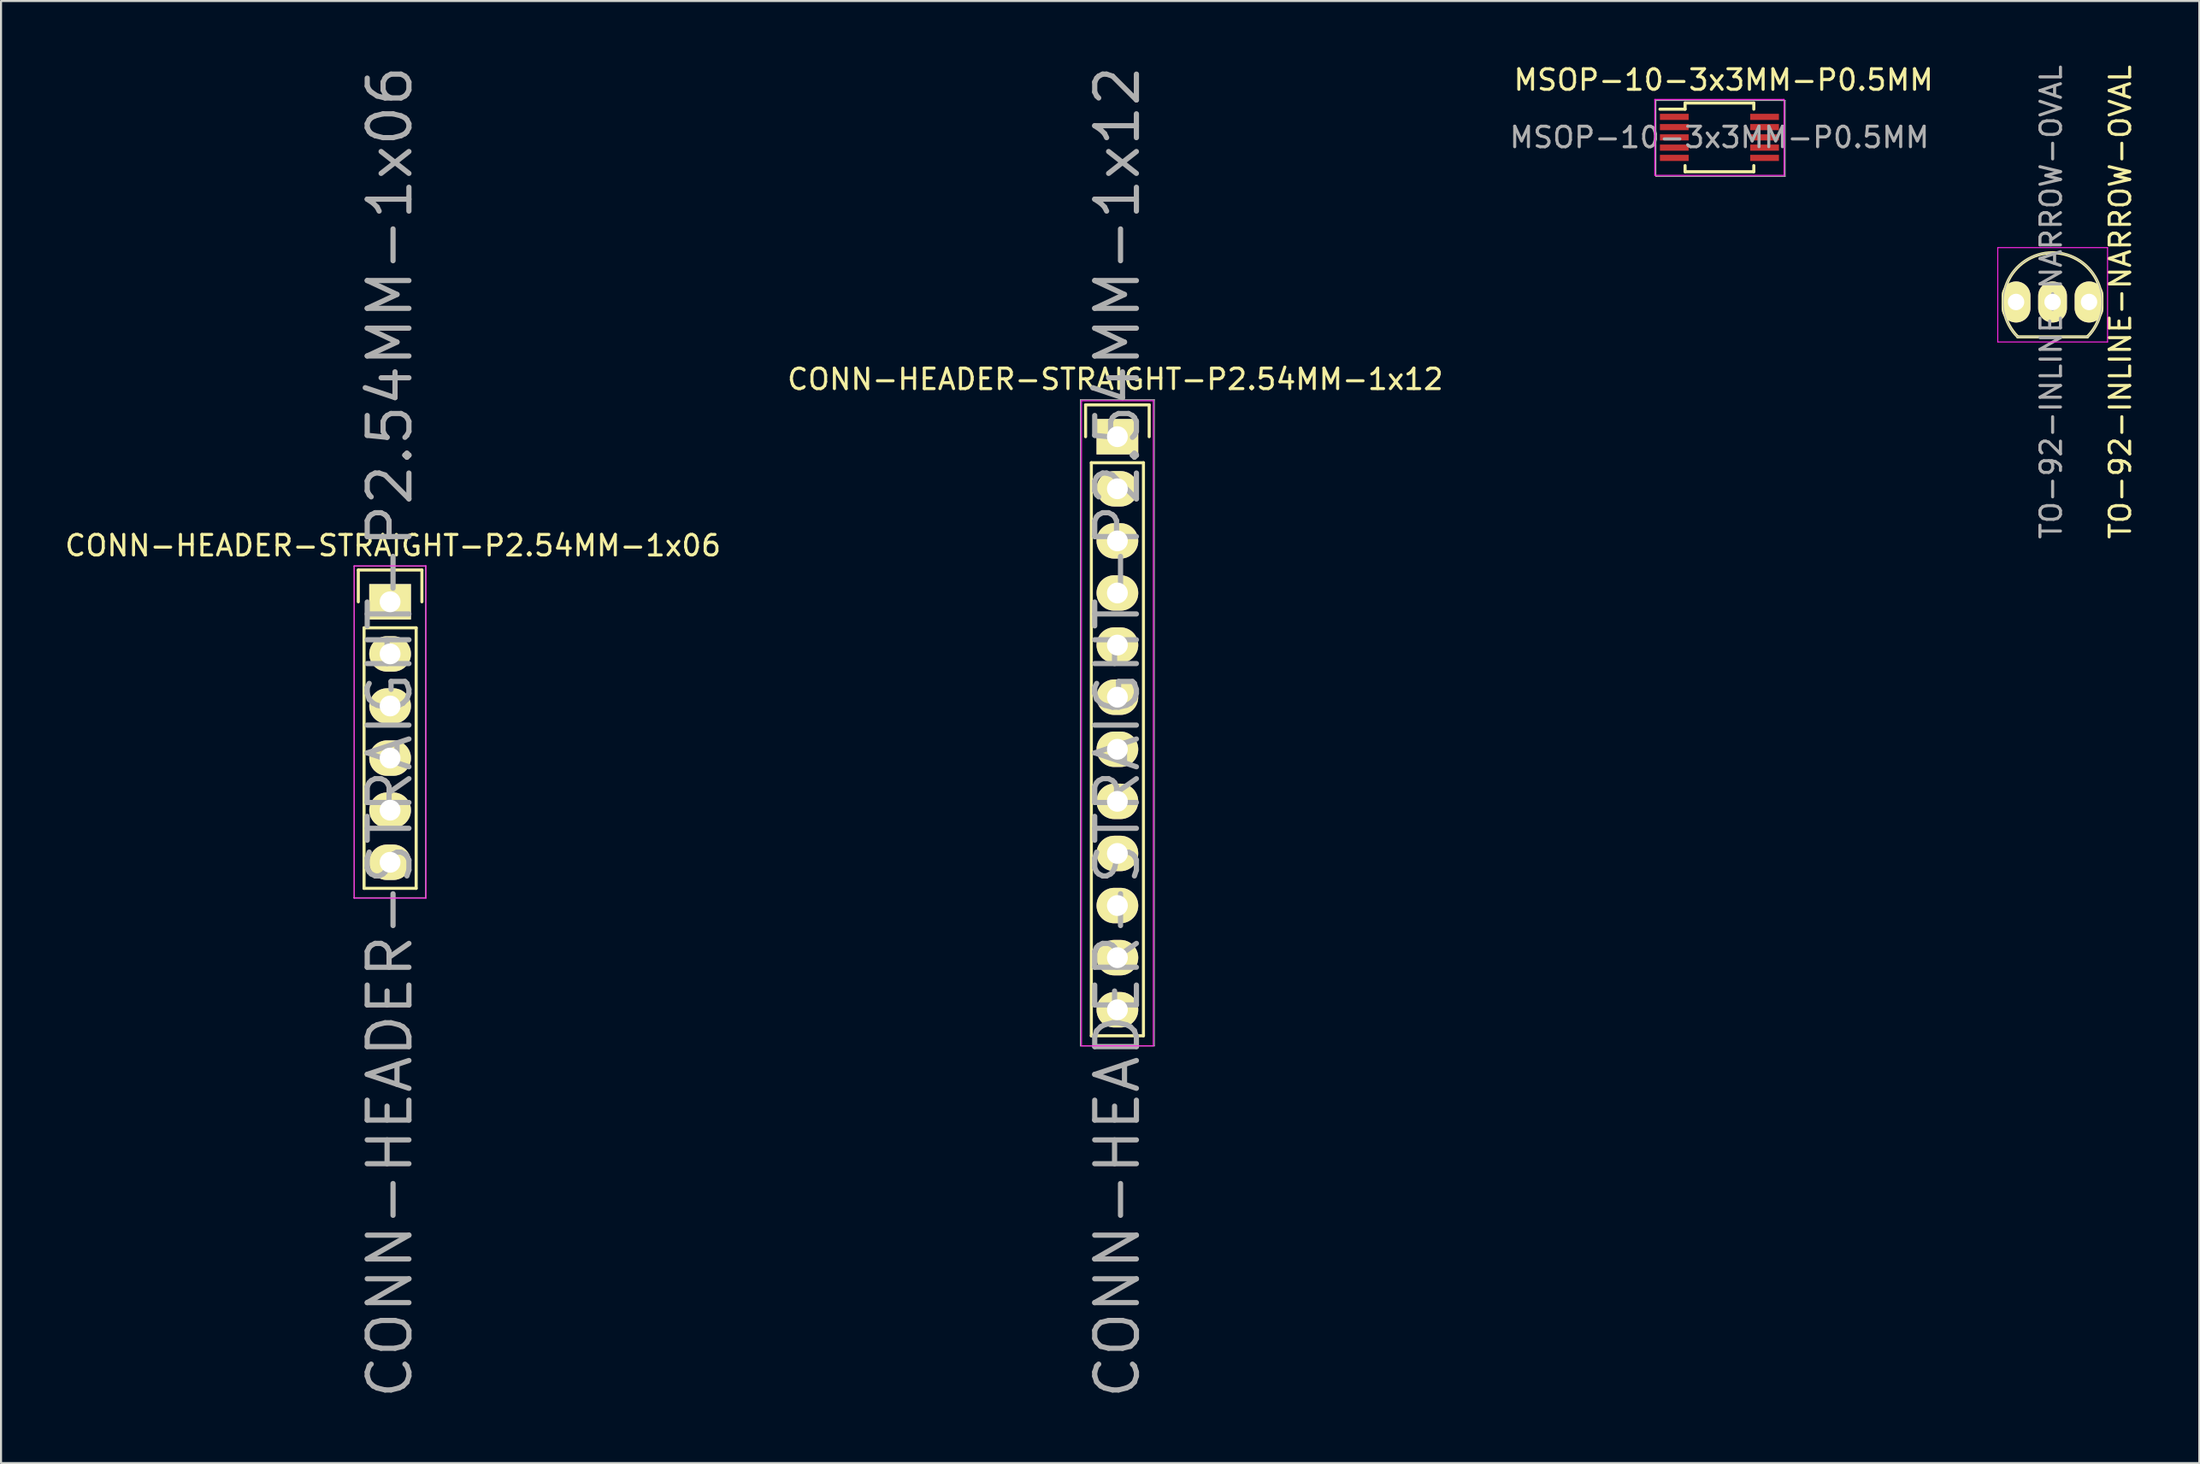
<source format=kicad_pcb>
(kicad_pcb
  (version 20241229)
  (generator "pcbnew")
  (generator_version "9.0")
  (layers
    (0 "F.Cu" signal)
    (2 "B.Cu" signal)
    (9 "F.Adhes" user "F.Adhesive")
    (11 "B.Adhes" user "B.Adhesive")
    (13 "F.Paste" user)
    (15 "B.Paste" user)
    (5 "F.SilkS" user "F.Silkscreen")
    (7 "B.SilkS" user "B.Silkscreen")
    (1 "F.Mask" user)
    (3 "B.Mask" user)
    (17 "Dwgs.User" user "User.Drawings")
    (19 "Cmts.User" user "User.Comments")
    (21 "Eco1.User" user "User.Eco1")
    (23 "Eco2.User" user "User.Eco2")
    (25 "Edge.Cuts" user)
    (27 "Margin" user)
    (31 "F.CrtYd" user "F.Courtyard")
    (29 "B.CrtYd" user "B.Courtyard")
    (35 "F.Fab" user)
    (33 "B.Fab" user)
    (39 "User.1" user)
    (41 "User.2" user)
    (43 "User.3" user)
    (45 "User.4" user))
  (footprint "TO-92-INLINE-NARROW-OVAL"
    (layer "F.Cu")
    (at 95.708 11.673)
    (property "Reference" "TO-92-INLINE-NARROW-OVAL" (at 1.2 0 90) (layer "F.Fab") (effects (font (size 1 1) (thickness 0.15))))
    (attr through_hole)
    (fp_line (start -0.43 1.7) (end 2.97 1.7) (stroke (width 0.15) (type solid)) (layer "F.SilkS"))
    (fp_arc (start -0.427056 1.697056) (mid -0.947311 -0.91844) (end 1.27 -2.4) (stroke (width 0.15) (type solid)) (layer "F.SilkS"))
    (fp_arc (start 1.27 -2.4) (mid 3.487311 -0.91844) (end 2.967056 1.697056) (stroke (width 0.15) (type solid)) (layer "F.SilkS"))
    (fp_line (start -1.4 -2.65) (end 3.95 -2.65) (stroke (width 0.05) (type solid)) (layer "F.CrtYd"))
    (fp_line (start -1.4 1.95) (end -1.4 -2.65) (stroke (width 0.05) (type solid)) (layer "F.CrtYd"))
    (fp_line (start -1.4 1.95) (end 3.95 1.95) (stroke (width 0.05) (type solid)) (layer "F.CrtYd"))
    (fp_line (start 3.95 1.95) (end 3.95 -2.65) (stroke (width 0.05) (type solid)) (layer "F.CrtYd"))
    (fp_line (start -0.432 1.702) (end 2.946 1.702) (stroke (width 0.041) (type solid)) (layer "F.Fab"))
    (fp_arc (start -0.4318 1.7018) (mid 1.278783 -2.406693) (end 2.959333 1.714176) (stroke (width 0.04064) (type solid)) (layer "F.Fab"))
    (fp_text user "${REFERENCE}" (at 4.572 0 90) (layer "F.SilkS") (effects (font (size 1 1) (thickness 0.15))))
    (pad "1" thru_hole oval (at -0.508 0 180) (size 1.4 2) (drill 0.8) (layers "*.Cu" "*.Mask" "F.SilkS"))
    (pad "2" thru_hole oval (at 1.27 0 180) (size 1.4 2) (drill 0.8) (layers "*.Cu" "*.Mask" "F.SilkS"))
    (pad "3" thru_hole oval (at 3.048 0 180) (size 1.4 2) (drill 0.8) (layers "*.Cu" "*.Mask" "F.SilkS")))
  (footprint "CONN-HEADER-STRAIGHT-P2.54MM-1x12"
    (layer "F.Cu")
    (at 51.404 18.241)
    (property "Reference" "CONN-HEADER-STRAIGHT-P2.54MM-1x12" (at 0 14.4 90) (layer "F.Fab") (effects (font (size 2.032 2.032) (thickness 0.254))))
    (attr through_hole)
    (fp_line (start -1.55 -1.55) (end 1.55 -1.55) (stroke (width 0.15) (type solid)) (layer "F.SilkS"))
    (fp_line (start -1.55 0) (end -1.55 -1.55) (stroke (width 0.15) (type solid)) (layer "F.SilkS"))
    (fp_line (start -1.27 29.21) (end -1.27 1.27) (stroke (width 0.15) (type solid)) (layer "F.SilkS"))
    (fp_line (start 1.27 1.27) (end -1.27 1.27) (stroke (width 0.15) (type solid)) (layer "F.SilkS"))
    (fp_line (start 1.27 1.27) (end 1.27 29.21) (stroke (width 0.15) (type solid)) (layer "F.SilkS"))
    (fp_line (start 1.27 29.21) (end -1.27 29.21) (stroke (width 0.15) (type solid)) (layer "F.SilkS"))
    (fp_line (start 1.55 -1.55) (end 1.55 0) (stroke (width 0.15) (type solid)) (layer "F.SilkS"))
    (fp_line (start -1.75 -1.75) (end -1.75 29.7) (stroke (width 0.05) (type solid)) (layer "F.CrtYd"))
    (fp_line (start -1.75 -1.75) (end 1.75 -1.75) (stroke (width 0.05) (type solid)) (layer "F.CrtYd"))
    (fp_line (start -1.75 29.7) (end 1.75 29.7) (stroke (width 0.05) (type solid)) (layer "F.CrtYd"))
    (fp_line (start 1.75 -1.75) (end 1.75 29.7) (stroke (width 0.05) (type solid)) (layer "F.CrtYd"))
    (fp_line (start -1.8 -1.8) (end 1.8 -1.8) (stroke (width 0.051) (type solid)) (layer "F.Fab"))
    (fp_line (start -1.8 29.7) (end -1.8 -1.8) (stroke (width 0.051) (type solid)) (layer "F.Fab"))
    (fp_line (start 1.8 -1.8) (end 1.8 29.7) (stroke (width 0.051) (type solid)) (layer "F.Fab"))
    (fp_line (start 1.8 29.7) (end -1.8 29.7) (stroke (width 0.051) (type solid)) (layer "F.Fab"))
    (fp_text user "${REFERENCE}" (at -0.1 -2.8 0) (layer "F.SilkS") (effects (font (size 1 1) (thickness 0.15))))
    (pad "1" thru_hole rect (at 0 0) (size 2.032 1.727) (drill 1.016) (layers "*.Cu" "*.Mask" "F.SilkS"))
    (pad "2" thru_hole oval (at 0 2.54) (size 2.032 1.727) (drill 1.016) (layers "*.Cu" "*.Mask" "F.SilkS"))
    (pad "3" thru_hole oval (at 0 5.08) (size 2.032 1.727) (drill 1.016) (layers "*.Cu" "*.Mask" "F.SilkS"))
    (pad "4" thru_hole oval (at 0 7.62) (size 2.032 1.727) (drill 1.016) (layers "*.Cu" "*.Mask" "F.SilkS"))
    (pad "5" thru_hole oval (at 0 10.16) (size 2.032 1.727) (drill 1.016) (layers "*.Cu" "*.Mask" "F.SilkS"))
    (pad "6" thru_hole oval (at 0 12.7) (size 2.032 1.727) (drill 1.016) (layers "*.Cu" "*.Mask" "F.SilkS"))
    (pad "7" thru_hole oval (at 0 15.24) (size 2.032 1.727) (drill 1.016) (layers "*.Cu" "*.Mask" "F.SilkS"))
    (pad "8" thru_hole oval (at 0 17.78) (size 2.032 1.727) (drill 1.016) (layers "*.Cu" "*.Mask" "F.SilkS"))
    (pad "9" thru_hole oval (at 0 20.32) (size 2.032 1.727) (drill 1.016) (layers "*.Cu" "*.Mask" "F.SilkS"))
    (pad "10" thru_hole oval (at 0 22.86) (size 2.032 1.727) (drill 1.016) (layers "*.Cu" "*.Mask" "F.SilkS"))
    (pad "11" thru_hole oval (at 0 25.4) (size 2.032 1.727) (drill 1.016) (layers "*.Cu" "*.Mask" "F.SilkS"))
    (pad "12" thru_hole oval (at 0 27.94) (size 2.032 1.727) (drill 1.016) (layers "*.Cu" "*.Mask" "F.SilkS")))
  (footprint "MSOP-10-3x3MM-P0.5MM"
    (layer "F.Cu")
    (at 80.744 3.648)
    (property "Reference" "MSOP-10-3x3MM-P0.5MM" (at 0 0 0) (layer "F.Fab") (effects (font (size 1 1) (thickness 0.15))))
    (attr smd)
    (fp_line (start -1.675 -1.675) (end -1.675 -1.375) (stroke (width 0.15) (type solid)) (layer "F.SilkS"))
    (fp_line (start -1.675 -1.675) (end 1.675 -1.675) (stroke (width 0.15) (type solid)) (layer "F.SilkS"))
    (fp_line (start -1.675 -1.375) (end -2.9 -1.375) (stroke (width 0.15) (type solid)) (layer "F.SilkS"))
    (fp_line (start -1.675 1.675) (end -1.675 1.375) (stroke (width 0.15) (type solid)) (layer "F.SilkS"))
    (fp_line (start -1.675 1.675) (end 1.675 1.675) (stroke (width 0.15) (type solid)) (layer "F.SilkS"))
    (fp_line (start 1.675 -1.675) (end 1.675 -1.375) (stroke (width 0.15) (type solid)) (layer "F.SilkS"))
    (fp_line (start 1.675 1.675) (end 1.675 1.375) (stroke (width 0.15) (type solid)) (layer "F.SilkS"))
    (fp_line (start -3.15 -1.85) (end -3.15 1.85) (stroke (width 0.05) (type solid)) (layer "F.CrtYd"))
    (fp_line (start -3.15 -1.85) (end 3.15 -1.85) (stroke (width 0.05) (type solid)) (layer "F.CrtYd"))
    (fp_line (start -3.15 1.85) (end 3.15 1.85) (stroke (width 0.05) (type solid)) (layer "F.CrtYd"))
    (fp_line (start 3.15 -1.85) (end 3.15 1.85) (stroke (width 0.05) (type solid)) (layer "F.CrtYd"))
    (fp_line (start -3.1 -1.8) (end -3.1 1.9) (stroke (width 0.051) (type solid)) (layer "F.Fab"))
    (fp_line (start -3.1 1.9) (end 3.2 1.9) (stroke (width 0.051) (type solid)) (layer "F.Fab"))
    (fp_line (start 3.1 -1.8) (end -3.1 -1.8) (stroke (width 0.051) (type solid)) (layer "F.Fab"))
    (fp_line (start 3.2 -1.8) (end 3 -1.8) (stroke (width 0.051) (type solid)) (layer "F.Fab"))
    (fp_line (start 3.2 1.9) (end 3.2 -1.8) (stroke (width 0.051) (type solid)) (layer "F.Fab"))
    (fp_text user "${REFERENCE}" (at 0.2 -2.8 0) (layer "F.SilkS") (effects (font (size 1 1) (thickness 0.15))))
    (pad "1" smd rect (at -2.2 -1) (size 1.4 0.3) (layers "F.Cu" "F.Mask" "F.Paste"))
    (pad "2" smd rect (at -2.2 -0.5) (size 1.4 0.3) (layers "F.Cu" "F.Mask" "F.Paste"))
    (pad "3" smd rect (at -2.2 0) (size 1.4 0.3) (layers "F.Cu" "F.Mask" "F.Paste"))
    (pad "4" smd rect (at -2.2 0.5) (size 1.4 0.3) (layers "F.Cu" "F.Mask" "F.Paste"))
    (pad "5" smd rect (at -2.2 1) (size 1.4 0.3) (layers "F.Cu" "F.Mask" "F.Paste"))
    (pad "6" smd rect (at 2.2 1) (size 1.4 0.3) (layers "F.Cu" "F.Mask" "F.Paste"))
    (pad "7" smd rect (at 2.2 0.5) (size 1.4 0.3) (layers "F.Cu" "F.Mask" "F.Paste"))
    (pad "8" smd rect (at 2.2 0) (size 1.4 0.3) (layers "F.Cu" "F.Mask" "F.Paste"))
    (pad "9" smd rect (at 2.2 -0.5) (size 1.4 0.3) (layers "F.Cu" "F.Mask" "F.Paste"))
    (pad "10" smd rect (at 2.2 -1) (size 1.4 0.3) (layers "F.Cu" "F.Mask" "F.Paste")))
  (footprint "CONN-HEADER-STRAIGHT-P2.54MM-1x06"
    (layer "F.Cu")
    (at 15.961 26.291)
    (property "Reference" "CONN-HEADER-STRAIGHT-P2.54MM-1x06" (at -0.01 6.35 90) (layer "F.Fab") (effects (font (size 2.032 2.032) (thickness 0.254))))
    (attr through_hole)
    (fp_line (start -1.55 -1.55) (end 1.55 -1.55) (stroke (width 0.15) (type solid)) (layer "F.SilkS"))
    (fp_line (start -1.55 0) (end -1.55 -1.55) (stroke (width 0.15) (type solid)) (layer "F.SilkS"))
    (fp_line (start -1.27 13.97) (end -1.27 1.27) (stroke (width 0.15) (type solid)) (layer "F.SilkS"))
    (fp_line (start 1.27 1.27) (end -1.27 1.27) (stroke (width 0.15) (type solid)) (layer "F.SilkS"))
    (fp_line (start 1.27 1.27) (end 1.27 13.97) (stroke (width 0.15) (type solid)) (layer "F.SilkS"))
    (fp_line (start 1.27 13.97) (end -1.27 13.97) (stroke (width 0.15) (type solid)) (layer "F.SilkS"))
    (fp_line (start 1.55 -1.55) (end 1.55 0) (stroke (width 0.15) (type solid)) (layer "F.SilkS"))
    (fp_line (start -1.75 -1.75) (end -1.75 14.45) (stroke (width 0.05) (type solid)) (layer "F.CrtYd"))
    (fp_line (start -1.75 -1.75) (end 1.75 -1.75) (stroke (width 0.05) (type solid)) (layer "F.CrtYd"))
    (fp_line (start -1.75 14.45) (end 1.75 14.45) (stroke (width 0.05) (type solid)) (layer "F.CrtYd"))
    (fp_line (start 1.75 -1.75) (end 1.75 14.45) (stroke (width 0.05) (type solid)) (layer "F.CrtYd"))
    (fp_line (start -1.77 14.43) (end 1.73 14.43) (stroke (width 0.05) (type solid)) (layer "F.Fab"))
    (fp_line (start -1.76 -1.74) (end 1.74 -1.74) (stroke (width 0.05) (type solid)) (layer "F.Fab"))
    (fp_line (start -1.75 -1.75) (end -1.75 14.45) (stroke (width 0.05) (type solid)) (layer "F.Fab"))
    (fp_line (start 1.73 -1.76) (end 1.73 14.44) (stroke (width 0.05) (type solid)) (layer "F.Fab"))
    (fp_text user "${REFERENCE}" (at 0.14 -2.74 180) (layer "F.SilkS") (effects (font (size 1 1) (thickness 0.15))))
    (pad "1" thru_hole rect (at 0 0) (size 2.032 1.727) (drill 1.016) (layers "*.Cu" "*.Mask" "F.SilkS"))
    (pad "2" thru_hole oval (at 0 2.54) (size 2.032 1.727) (drill 1.016) (layers "*.Cu" "*.Mask" "F.SilkS"))
    (pad "3" thru_hole oval (at 0 5.08) (size 2.032 1.727) (drill 1.016) (layers "*.Cu" "*.Mask" "F.SilkS"))
    (pad "4" thru_hole oval (at 0 7.62) (size 2.032 1.727) (drill 1.016) (layers "*.Cu" "*.Mask" "F.SilkS"))
    (pad "5" thru_hole oval (at 0 10.16) (size 2.032 1.727) (drill 1.016) (layers "*.Cu" "*.Mask" "F.SilkS"))
    (pad "6" thru_hole oval (at 0 12.7) (size 2.032 1.727) (drill 1.016) (layers "*.Cu" "*.Mask" "F.SilkS")))
  (gr_rect
    (start -3 -3)
    (end 104.129 68.283)
    (stroke (width 0.1) (type default))
    (fill no)
    (layer "Edge.Cuts")))
</source>
